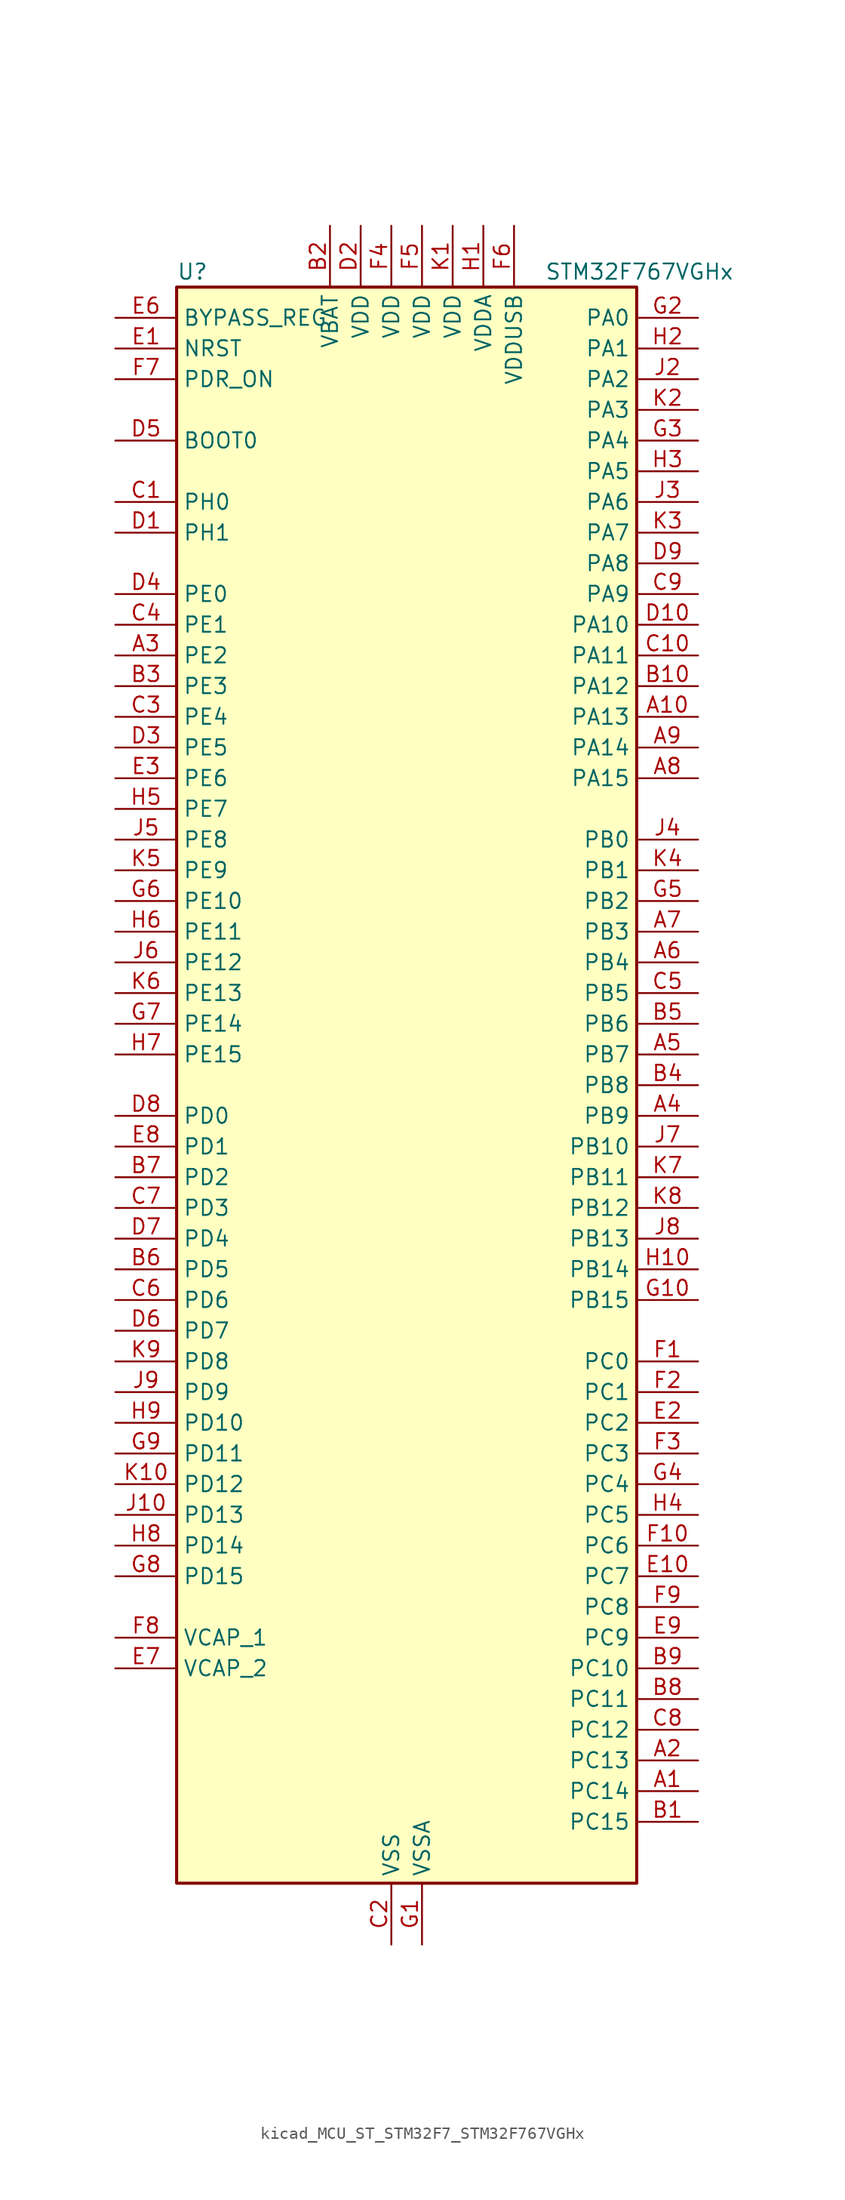
<source format=kicad_sym>
(kicad_symbol_lib
  (version 20220914)
  (generator kicad_symbol_editor)
  (symbol "kicad_MCU_ST_STM32F7_STM32F767VGHx"
    (property "Reference" "U"
      (at -17.78 67.31 0)
      (effects (font (size 1.27 1.27)) (justify left)))
    (property "Value" "STM32F767VGHx"
      (at 12.7 67.31 0)
      (effects (font (size 1.27 1.27)) (justify left)))
    (property "ki_locked" ""
      (at 0 0 0)
      (effects (font (size 1.27 1.27))))
    (symbol "kicad_MCU_ST_STM32F7_STM32F767VGHx_0_1"
      (rectangle (start -17.78 -66.04) (end 20.32 66.04) (stroke (width 0.254) (type default)) (fill (type background))))
    (symbol "kicad_MCU_ST_STM32F7_STM32F767VGHx_1_1"
      (pin bidirectional line (at 25.4 -58.42 180) (length 5.08) (name "PC14" (effects (font (size 1.27 1.27)))) (number "A1" (effects (font (size 1.27 1.27)))) (alternate "RCC_OSC32_IN" bidirectional line))
      (pin bidirectional line (at 25.4 30.48 180) (length 5.08) (name "PA13" (effects (font (size 1.27 1.27)))) (number "A10" (effects (font (size 1.27 1.27)))) (alternate "SYS_JTMS-SWDIO" bidirectional line))
      (pin bidirectional line (at 25.4 -55.88 180) (length 5.08) (name "PC13" (effects (font (size 1.27 1.27)))) (number "A2" (effects (font (size 1.27 1.27)))) (alternate "RTC_OUT" bidirectional line) (alternate "RTC_TAMP1" bidirectional line) (alternate "RTC_TS" bidirectional line) (alternate "SYS_WKUP4" bidirectional line))
      (pin bidirectional line (at -22.86 35.56 0) (length 5.08) (name "PE2" (effects (font (size 1.27 1.27)))) (number "A3" (effects (font (size 1.27 1.27)))) (alternate "ETH_TXD3" bidirectional line) (alternate "FMC_A23" bidirectional line) (alternate "QUADSPI_BK1_IO2" bidirectional line) (alternate "SAI1_MCLK_A" bidirectional line) (alternate "SPI4_SCK" bidirectional line) (alternate "SYS_TRACECLK" bidirectional line))
      (pin bidirectional line (at 25.4 -2.54 180) (length 5.08) (name "PB9" (effects (font (size 1.27 1.27)))) (number "A4" (effects (font (size 1.27 1.27)))) (alternate "CAN1_TX" bidirectional line) (alternate "DAC_EXTI9" bidirectional line) (alternate "DCMI_D7" bidirectional line) (alternate "DFSDM1_DATIN7" bidirectional line) (alternate "I2C1_SDA" bidirectional line) (alternate "I2C4_SDA" bidirectional line) (alternate "I2C4_SMBA" bidirectional line) (alternate "I2S2_WS" bidirectional line) (alternate "LTDC_B7" bidirectional line) (alternate "SDMMC1_D5" bidirectional line) (alternate "SDMMC2_D5" bidirectional line) (alternate "SPI2_NSS" bidirectional line) (alternate "TIM11_CH1" bidirectional line) (alternate "TIM4_CH4" bidirectional line) (alternate "UART5_TX" bidirectional line))
      (pin bidirectional line (at 25.4 2.54 180) (length 5.08) (name "PB7" (effects (font (size 1.27 1.27)))) (number "A5" (effects (font (size 1.27 1.27)))) (alternate "DCMI_VSYNC" bidirectional line) (alternate "DFSDM1_CKIN5" bidirectional line) (alternate "FMC_NL" bidirectional line) (alternate "I2C1_SDA" bidirectional line) (alternate "I2C4_SDA" bidirectional line) (alternate "TIM4_CH2" bidirectional line) (alternate "USART1_RX" bidirectional line))
      (pin bidirectional line (at 25.4 10.16 180) (length 5.08) (name "PB4" (effects (font (size 1.27 1.27)))) (number "A6" (effects (font (size 1.27 1.27)))) (alternate "CAN3_TX" bidirectional line) (alternate "I2S2_WS" bidirectional line) (alternate "SDMMC2_D3" bidirectional line) (alternate "SPI1_MISO" bidirectional line) (alternate "SPI2_NSS" bidirectional line) (alternate "SPI3_MISO" bidirectional line) (alternate "SPI6_MISO" bidirectional line) (alternate "SYS_JTRST" bidirectional line) (alternate "TIM3_CH1" bidirectional line) (alternate "UART7_TX" bidirectional line))
      (pin bidirectional line (at 25.4 12.7 180) (length 5.08) (name "PB3" (effects (font (size 1.27 1.27)))) (number "A7" (effects (font (size 1.27 1.27)))) (alternate "CAN3_RX" bidirectional line) (alternate "I2S1_CK" bidirectional line) (alternate "I2S3_CK" bidirectional line) (alternate "SDMMC2_D2" bidirectional line) (alternate "SPI1_SCK" bidirectional line) (alternate "SPI3_SCK" bidirectional line) (alternate "SPI6_SCK" bidirectional line) (alternate "SYS_JTDO-SWO" bidirectional line) (alternate "TIM2_CH2" bidirectional line) (alternate "UART7_RX" bidirectional line))
      (pin bidirectional line (at 25.4 25.4 180) (length 5.08) (name "PA15" (effects (font (size 1.27 1.27)))) (number "A8" (effects (font (size 1.27 1.27)))) (alternate "CAN3_TX" bidirectional line) (alternate "CEC" bidirectional line) (alternate "I2S1_WS" bidirectional line) (alternate "I2S3_WS" bidirectional line) (alternate "SPI1_NSS" bidirectional line) (alternate "SPI3_NSS" bidirectional line) (alternate "SPI6_NSS" bidirectional line) (alternate "SYS_JTDI" bidirectional line) (alternate "TIM2_CH1" bidirectional line) (alternate "TIM2_ETR" bidirectional line) (alternate "UART4_DE" bidirectional line) (alternate "UART4_RTS" bidirectional line) (alternate "UART7_TX" bidirectional line))
      (pin bidirectional line (at 25.4 27.94 180) (length 5.08) (name "PA14" (effects (font (size 1.27 1.27)))) (number "A9" (effects (font (size 1.27 1.27)))) (alternate "SYS_JTCK-SWCLK" bidirectional line))
      (pin bidirectional line (at 25.4 -60.96 180) (length 5.08) (name "PC15" (effects (font (size 1.27 1.27)))) (number "B1" (effects (font (size 1.27 1.27)))) (alternate "RCC_OSC32_OUT" bidirectional line))
      (pin bidirectional line (at 25.4 33.02 180) (length 5.08) (name "PA12" (effects (font (size 1.27 1.27)))) (number "B10" (effects (font (size 1.27 1.27)))) (alternate "CAN1_TX" bidirectional line) (alternate "I2S2_CK" bidirectional line) (alternate "LTDC_R5" bidirectional line) (alternate "SAI2_FS_B" bidirectional line) (alternate "SPI2_SCK" bidirectional line) (alternate "TIM1_ETR" bidirectional line) (alternate "UART4_TX" bidirectional line) (alternate "USART1_DE" bidirectional line) (alternate "USART1_RTS" bidirectional line) (alternate "USB_OTG_FS_DP" bidirectional line))
      (pin power_in line (at -5.08 71.12 270) (length 5.08) (name "VBAT" (effects (font (size 1.27 1.27)))) (number "B2" (effects (font (size 1.27 1.27)))))
      (pin bidirectional line (at -22.86 33.02 0) (length 5.08) (name "PE3" (effects (font (size 1.27 1.27)))) (number "B3" (effects (font (size 1.27 1.27)))) (alternate "FMC_A19" bidirectional line) (alternate "SAI1_SD_B" bidirectional line) (alternate "SYS_TRACED0" bidirectional line))
      (pin bidirectional line (at 25.4 0 180) (length 5.08) (name "PB8" (effects (font (size 1.27 1.27)))) (number "B4" (effects (font (size 1.27 1.27)))) (alternate "CAN1_RX" bidirectional line) (alternate "DCMI_D6" bidirectional line) (alternate "DFSDM1_CKIN7" bidirectional line) (alternate "ETH_TXD3" bidirectional line) (alternate "I2C1_SCL" bidirectional line) (alternate "I2C4_SCL" bidirectional line) (alternate "LTDC_B6" bidirectional line) (alternate "SDMMC1_D4" bidirectional line) (alternate "SDMMC2_D4" bidirectional line) (alternate "TIM10_CH1" bidirectional line) (alternate "TIM4_CH3" bidirectional line) (alternate "UART5_RX" bidirectional line))
      (pin bidirectional line (at 25.4 5.08 180) (length 5.08) (name "PB6" (effects (font (size 1.27 1.27)))) (number "B5" (effects (font (size 1.27 1.27)))) (alternate "CAN2_TX" bidirectional line) (alternate "CEC" bidirectional line) (alternate "DCMI_D5" bidirectional line) (alternate "DFSDM1_DATIN5" bidirectional line) (alternate "FMC_SDNE1" bidirectional line) (alternate "I2C1_SCL" bidirectional line) (alternate "I2C4_SCL" bidirectional line) (alternate "QUADSPI_BK1_NCS" bidirectional line) (alternate "TIM4_CH1" bidirectional line) (alternate "UART5_TX" bidirectional line) (alternate "USART1_TX" bidirectional line))
      (pin bidirectional line (at -22.86 -15.24 0) (length 5.08) (name "PD5" (effects (font (size 1.27 1.27)))) (number "B6" (effects (font (size 1.27 1.27)))) (alternate "FMC_NWE" bidirectional line) (alternate "USART2_TX" bidirectional line))
      (pin bidirectional line (at -22.86 -7.62 0) (length 5.08) (name "PD2" (effects (font (size 1.27 1.27)))) (number "B7" (effects (font (size 1.27 1.27)))) (alternate "DCMI_D11" bidirectional line) (alternate "SDMMC1_CMD" bidirectional line) (alternate "SYS_TRACED2" bidirectional line) (alternate "TIM3_ETR" bidirectional line) (alternate "UART5_RX" bidirectional line))
      (pin bidirectional line (at 25.4 -50.8 180) (length 5.08) (name "PC11" (effects (font (size 1.27 1.27)))) (number "B8" (effects (font (size 1.27 1.27)))) (alternate "ADC1_EXTI11" bidirectional line) (alternate "ADC2_EXTI11" bidirectional line) (alternate "ADC3_EXTI11" bidirectional line) (alternate "DCMI_D4" bidirectional line) (alternate "DFSDM1_DATIN5" bidirectional line) (alternate "QUADSPI_BK2_NCS" bidirectional line) (alternate "SDMMC1_D3" bidirectional line) (alternate "SPI3_MISO" bidirectional line) (alternate "UART4_RX" bidirectional line) (alternate "USART3_RX" bidirectional line))
      (pin bidirectional line (at 25.4 -48.26 180) (length 5.08) (name "PC10" (effects (font (size 1.27 1.27)))) (number "B9" (effects (font (size 1.27 1.27)))) (alternate "DCMI_D8" bidirectional line) (alternate "DFSDM1_CKIN5" bidirectional line) (alternate "I2S3_CK" bidirectional line) (alternate "LTDC_R2" bidirectional line) (alternate "QUADSPI_BK1_IO1" bidirectional line) (alternate "SDMMC1_D2" bidirectional line) (alternate "SPI3_SCK" bidirectional line) (alternate "UART4_TX" bidirectional line) (alternate "USART3_TX" bidirectional line))
      (pin bidirectional line (at -22.86 48.26 0) (length 5.08) (name "PH0" (effects (font (size 1.27 1.27)))) (number "C1" (effects (font (size 1.27 1.27)))) (alternate "RCC_OSC_IN" bidirectional line))
      (pin bidirectional line (at 25.4 35.56 180) (length 5.08) (name "PA11" (effects (font (size 1.27 1.27)))) (number "C10" (effects (font (size 1.27 1.27)))) (alternate "ADC1_EXTI11" bidirectional line) (alternate "ADC2_EXTI11" bidirectional line) (alternate "ADC3_EXTI11" bidirectional line) (alternate "CAN1_RX" bidirectional line) (alternate "I2S2_WS" bidirectional line) (alternate "LTDC_R4" bidirectional line) (alternate "SPI2_NSS" bidirectional line) (alternate "TIM1_CH4" bidirectional line) (alternate "UART4_RX" bidirectional line) (alternate "USART1_CTS" bidirectional line) (alternate "USB_OTG_FS_DM" bidirectional line))
      (pin power_in line (at 0 -71.12 90) (length 5.08) (name "VSS" (effects (font (size 1.27 1.27)))) (number "C2" (effects (font (size 1.27 1.27)))))
      (pin bidirectional line (at -22.86 30.48 0) (length 5.08) (name "PE4" (effects (font (size 1.27 1.27)))) (number "C3" (effects (font (size 1.27 1.27)))) (alternate "DCMI_D4" bidirectional line) (alternate "DFSDM1_DATIN3" bidirectional line) (alternate "FMC_A20" bidirectional line) (alternate "LTDC_B0" bidirectional line) (alternate "SAI1_FS_A" bidirectional line) (alternate "SPI4_NSS" bidirectional line) (alternate "SYS_TRACED1" bidirectional line))
      (pin bidirectional line (at -22.86 38.1 0) (length 5.08) (name "PE1" (effects (font (size 1.27 1.27)))) (number "C4" (effects (font (size 1.27 1.27)))) (alternate "DCMI_D3" bidirectional line) (alternate "FMC_NBL1" bidirectional line) (alternate "LPTIM1_IN2" bidirectional line) (alternate "UART8_TX" bidirectional line))
      (pin bidirectional line (at 25.4 7.62 180) (length 5.08) (name "PB5" (effects (font (size 1.27 1.27)))) (number "C5" (effects (font (size 1.27 1.27)))) (alternate "CAN2_RX" bidirectional line) (alternate "DCMI_D10" bidirectional line) (alternate "ETH_PPS_OUT" bidirectional line) (alternate "FMC_SDCKE1" bidirectional line) (alternate "I2C1_SMBA" bidirectional line) (alternate "I2S1_SD" bidirectional line) (alternate "I2S3_SD" bidirectional line) (alternate "LTDC_G7" bidirectional line) (alternate "SPI1_MOSI" bidirectional line) (alternate "SPI3_MOSI" bidirectional line) (alternate "SPI6_MOSI" bidirectional line) (alternate "TIM3_CH2" bidirectional line) (alternate "UART5_RX" bidirectional line) (alternate "USB_OTG_HS_ULPI_D7" bidirectional line))
      (pin bidirectional line (at -22.86 -17.78 0) (length 5.08) (name "PD6" (effects (font (size 1.27 1.27)))) (number "C6" (effects (font (size 1.27 1.27)))) (alternate "DCMI_D10" bidirectional line) (alternate "DFSDM1_CKIN4" bidirectional line) (alternate "DFSDM1_DATIN1" bidirectional line) (alternate "FMC_NWAIT" bidirectional line) (alternate "I2S3_SD" bidirectional line) (alternate "LTDC_B2" bidirectional line) (alternate "SAI1_SD_A" bidirectional line) (alternate "SDMMC2_CK" bidirectional line) (alternate "SPI3_MOSI" bidirectional line) (alternate "USART2_RX" bidirectional line))
      (pin bidirectional line (at -22.86 -10.16 0) (length 5.08) (name "PD3" (effects (font (size 1.27 1.27)))) (number "C7" (effects (font (size 1.27 1.27)))) (alternate "DCMI_D5" bidirectional line) (alternate "DFSDM1_CKOUT" bidirectional line) (alternate "DFSDM1_DATIN0" bidirectional line) (alternate "FMC_CLK" bidirectional line) (alternate "I2S2_CK" bidirectional line) (alternate "LTDC_G7" bidirectional line) (alternate "SPI2_SCK" bidirectional line) (alternate "USART2_CTS" bidirectional line))
      (pin bidirectional line (at 25.4 -53.34 180) (length 5.08) (name "PC12" (effects (font (size 1.27 1.27)))) (number "C8" (effects (font (size 1.27 1.27)))) (alternate "DCMI_D9" bidirectional line) (alternate "I2S3_SD" bidirectional line) (alternate "SDMMC1_CK" bidirectional line) (alternate "SPI3_MOSI" bidirectional line) (alternate "SYS_TRACED3" bidirectional line) (alternate "UART5_TX" bidirectional line) (alternate "USART3_CK" bidirectional line))
      (pin bidirectional line (at 25.4 40.64 180) (length 5.08) (name "PA9" (effects (font (size 1.27 1.27)))) (number "C9" (effects (font (size 1.27 1.27)))) (alternate "DAC_EXTI9" bidirectional line) (alternate "DCMI_D0" bidirectional line) (alternate "I2C3_SMBA" bidirectional line) (alternate "I2S2_CK" bidirectional line) (alternate "LTDC_R5" bidirectional line) (alternate "SPI2_SCK" bidirectional line) (alternate "TIM1_CH2" bidirectional line) (alternate "USART1_TX" bidirectional line) (alternate "USB_OTG_FS_VBUS" bidirectional line))
      (pin bidirectional line (at -22.86 45.72 0) (length 5.08) (name "PH1" (effects (font (size 1.27 1.27)))) (number "D1" (effects (font (size 1.27 1.27)))) (alternate "RCC_OSC_OUT" bidirectional line))
      (pin bidirectional line (at 25.4 38.1 180) (length 5.08) (name "PA10" (effects (font (size 1.27 1.27)))) (number "D10" (effects (font (size 1.27 1.27)))) (alternate "DCMI_D1" bidirectional line) (alternate "LTDC_B1" bidirectional line) (alternate "LTDC_B4" bidirectional line) (alternate "MDIOS_MDIO" bidirectional line) (alternate "TIM1_CH3" bidirectional line) (alternate "USART1_RX" bidirectional line) (alternate "USB_OTG_FS_ID" bidirectional line))
      (pin power_in line (at -2.54 71.12 270) (length 5.08) (name "VDD" (effects (font (size 1.27 1.27)))) (number "D2" (effects (font (size 1.27 1.27)))))
      (pin bidirectional line (at -22.86 27.94 0) (length 5.08) (name "PE5" (effects (font (size 1.27 1.27)))) (number "D3" (effects (font (size 1.27 1.27)))) (alternate "DCMI_D6" bidirectional line) (alternate "DFSDM1_CKIN3" bidirectional line) (alternate "FMC_A21" bidirectional line) (alternate "LTDC_G0" bidirectional line) (alternate "SAI1_SCK_A" bidirectional line) (alternate "SPI4_MISO" bidirectional line) (alternate "SYS_TRACED2" bidirectional line) (alternate "TIM9_CH1" bidirectional line))
      (pin bidirectional line (at -22.86 40.64 0) (length 5.08) (name "PE0" (effects (font (size 1.27 1.27)))) (number "D4" (effects (font (size 1.27 1.27)))) (alternate "DCMI_D2" bidirectional line) (alternate "FMC_NBL0" bidirectional line) (alternate "LPTIM1_ETR" bidirectional line) (alternate "SAI2_MCLK_A" bidirectional line) (alternate "TIM4_ETR" bidirectional line) (alternate "UART8_RX" bidirectional line))
      (pin input line (at -22.86 53.34 0) (length 5.08) (name "BOOT0" (effects (font (size 1.27 1.27)))) (number "D5" (effects (font (size 1.27 1.27)))))
      (pin bidirectional line (at -22.86 -20.32 0) (length 5.08) (name "PD7" (effects (font (size 1.27 1.27)))) (number "D6" (effects (font (size 1.27 1.27)))) (alternate "DFSDM1_CKIN1" bidirectional line) (alternate "DFSDM1_DATIN4" bidirectional line) (alternate "FMC_NE1" bidirectional line) (alternate "I2S1_SD" bidirectional line) (alternate "SDMMC2_CMD" bidirectional line) (alternate "SPDIFRX_IN0" bidirectional line) (alternate "SPI1_MOSI" bidirectional line) (alternate "USART2_CK" bidirectional line))
      (pin bidirectional line (at -22.86 -12.7 0) (length 5.08) (name "PD4" (effects (font (size 1.27 1.27)))) (number "D7" (effects (font (size 1.27 1.27)))) (alternate "DFSDM1_CKIN0" bidirectional line) (alternate "FMC_NOE" bidirectional line) (alternate "USART2_DE" bidirectional line) (alternate "USART2_RTS" bidirectional line))
      (pin bidirectional line (at -22.86 -2.54 0) (length 5.08) (name "PD0" (effects (font (size 1.27 1.27)))) (number "D8" (effects (font (size 1.27 1.27)))) (alternate "CAN1_RX" bidirectional line) (alternate "DFSDM1_CKIN6" bidirectional line) (alternate "DFSDM1_DATIN7" bidirectional line) (alternate "FMC_D2" bidirectional line) (alternate "FMC_DA2" bidirectional line) (alternate "UART4_RX" bidirectional line))
      (pin bidirectional line (at 25.4 43.18 180) (length 5.08) (name "PA8" (effects (font (size 1.27 1.27)))) (number "D9" (effects (font (size 1.27 1.27)))) (alternate "CAN3_RX" bidirectional line) (alternate "I2C3_SCL" bidirectional line) (alternate "LTDC_B3" bidirectional line) (alternate "LTDC_R6" bidirectional line) (alternate "RCC_MCO_1" bidirectional line) (alternate "TIM1_CH1" bidirectional line) (alternate "TIM8_BKIN2" bidirectional line) (alternate "UART7_RX" bidirectional line) (alternate "USART1_CK" bidirectional line) (alternate "USB_OTG_FS_SOF" bidirectional line))
      (pin input line (at -22.86 60.96 0) (length 5.08) (name "NRST" (effects (font (size 1.27 1.27)))) (number "E1" (effects (font (size 1.27 1.27)))))
      (pin bidirectional line (at 25.4 -40.64 180) (length 5.08) (name "PC7" (effects (font (size 1.27 1.27)))) (number "E10" (effects (font (size 1.27 1.27)))) (alternate "DCMI_D1" bidirectional line) (alternate "DFSDM1_DATIN3" bidirectional line) (alternate "FMC_NE1" bidirectional line) (alternate "I2S3_MCK" bidirectional line) (alternate "LTDC_G6" bidirectional line) (alternate "SDMMC1_D7" bidirectional line) (alternate "SDMMC2_D7" bidirectional line) (alternate "TIM3_CH2" bidirectional line) (alternate "TIM8_CH2" bidirectional line) (alternate "USART6_RX" bidirectional line))
      (pin bidirectional line (at 25.4 -27.94 180) (length 5.08) (name "PC2" (effects (font (size 1.27 1.27)))) (number "E2" (effects (font (size 1.27 1.27)))) (alternate "ADC1_IN12" bidirectional line) (alternate "ADC2_IN12" bidirectional line) (alternate "ADC3_IN12" bidirectional line) (alternate "DFSDM1_CKIN1" bidirectional line) (alternate "DFSDM1_CKOUT" bidirectional line) (alternate "ETH_TXD2" bidirectional line) (alternate "FMC_SDNE0" bidirectional line) (alternate "SPI2_MISO" bidirectional line) (alternate "USB_OTG_HS_ULPI_DIR" bidirectional line))
      (pin bidirectional line (at -22.86 25.4 0) (length 5.08) (name "PE6" (effects (font (size 1.27 1.27)))) (number "E3" (effects (font (size 1.27 1.27)))) (alternate "DCMI_D7" bidirectional line) (alternate "FMC_A22" bidirectional line) (alternate "LTDC_G1" bidirectional line) (alternate "SAI1_SD_A" bidirectional line) (alternate "SAI2_MCLK_B" bidirectional line) (alternate "SPI4_MOSI" bidirectional line) (alternate "SYS_TRACED3" bidirectional line) (alternate "TIM1_BKIN2" bidirectional line) (alternate "TIM9_CH2" bidirectional line))
      (pin passive line (at 0 -71.12 90) (length 5.08) hide (name "VSS" (effects (font (size 1.27 1.27)))) (number "E4" (effects (font (size 1.27 1.27)))))
      (pin passive line (at 0 -71.12 90) (length 5.08) hide (name "VSS" (effects (font (size 1.27 1.27)))) (number "E5" (effects (font (size 1.27 1.27)))))
      (pin input line (at -22.86 63.5 0) (length 5.08) (name "BYPASS_REG" (effects (font (size 1.27 1.27)))) (number "E6" (effects (font (size 1.27 1.27)))))
      (pin power_out line (at -22.86 -48.26 0) (length 5.08) (name "VCAP_2" (effects (font (size 1.27 1.27)))) (number "E7" (effects (font (size 1.27 1.27)))))
      (pin bidirectional line (at -22.86 -5.08 0) (length 5.08) (name "PD1" (effects (font (size 1.27 1.27)))) (number "E8" (effects (font (size 1.27 1.27)))) (alternate "CAN1_TX" bidirectional line) (alternate "DFSDM1_CKIN7" bidirectional line) (alternate "DFSDM1_DATIN6" bidirectional line) (alternate "FMC_D3" bidirectional line) (alternate "FMC_DA3" bidirectional line) (alternate "UART4_TX" bidirectional line))
      (pin bidirectional line (at 25.4 -45.72 180) (length 5.08) (name "PC9" (effects (font (size 1.27 1.27)))) (number "E9" (effects (font (size 1.27 1.27)))) (alternate "DAC_EXTI9" bidirectional line) (alternate "DCMI_D3" bidirectional line) (alternate "I2C3_SDA" bidirectional line) (alternate "I2S_CKIN" bidirectional line) (alternate "LTDC_B2" bidirectional line) (alternate "LTDC_G3" bidirectional line) (alternate "QUADSPI_BK1_IO0" bidirectional line) (alternate "RCC_MCO_2" bidirectional line) (alternate "SDMMC1_D1" bidirectional line) (alternate "TIM3_CH4" bidirectional line) (alternate "TIM8_CH4" bidirectional line) (alternate "UART5_CTS" bidirectional line))
      (pin bidirectional line (at 25.4 -22.86 180) (length 5.08) (name "PC0" (effects (font (size 1.27 1.27)))) (number "F1" (effects (font (size 1.27 1.27)))) (alternate "ADC1_IN10" bidirectional line) (alternate "ADC2_IN10" bidirectional line) (alternate "ADC3_IN10" bidirectional line) (alternate "DFSDM1_CKIN0" bidirectional line) (alternate "DFSDM1_DATIN4" bidirectional line) (alternate "FMC_SDNWE" bidirectional line) (alternate "LTDC_R5" bidirectional line) (alternate "SAI2_FS_B" bidirectional line) (alternate "USB_OTG_HS_ULPI_STP" bidirectional line))
      (pin bidirectional line (at 25.4 -38.1 180) (length 5.08) (name "PC6" (effects (font (size 1.27 1.27)))) (number "F10" (effects (font (size 1.27 1.27)))) (alternate "DCMI_D0" bidirectional line) (alternate "DFSDM1_CKIN3" bidirectional line) (alternate "FMC_NWAIT" bidirectional line) (alternate "I2S2_MCK" bidirectional line) (alternate "LTDC_HSYNC" bidirectional line) (alternate "SDMMC1_D6" bidirectional line) (alternate "SDMMC2_D6" bidirectional line) (alternate "TIM3_CH1" bidirectional line) (alternate "TIM8_CH1" bidirectional line) (alternate "USART6_TX" bidirectional line))
      (pin bidirectional line (at 25.4 -25.4 180) (length 5.08) (name "PC1" (effects (font (size 1.27 1.27)))) (number "F2" (effects (font (size 1.27 1.27)))) (alternate "ADC1_IN11" bidirectional line) (alternate "ADC2_IN11" bidirectional line) (alternate "ADC3_IN11" bidirectional line) (alternate "DFSDM1_CKIN4" bidirectional line) (alternate "DFSDM1_DATIN0" bidirectional line) (alternate "ETH_MDC" bidirectional line) (alternate "I2S2_SD" bidirectional line) (alternate "MDIOS_MDC" bidirectional line) (alternate "RTC_TAMP3" bidirectional line) (alternate "RTC_TS" bidirectional line) (alternate "SAI1_SD_A" bidirectional line) (alternate "SPI2_MOSI" bidirectional line) (alternate "SYS_TRACED0" bidirectional line) (alternate "SYS_WKUP3" bidirectional line))
      (pin bidirectional line (at 25.4 -30.48 180) (length 5.08) (name "PC3" (effects (font (size 1.27 1.27)))) (number "F3" (effects (font (size 1.27 1.27)))) (alternate "ADC1_IN13" bidirectional line) (alternate "ADC2_IN13" bidirectional line) (alternate "ADC3_IN13" bidirectional line) (alternate "DFSDM1_DATIN1" bidirectional line) (alternate "ETH_TX_CLK" bidirectional line) (alternate "FMC_SDCKE0" bidirectional line) (alternate "I2S2_SD" bidirectional line) (alternate "SPI2_MOSI" bidirectional line) (alternate "USB_OTG_HS_ULPI_NXT" bidirectional line))
      (pin power_in line (at 0 71.12 270) (length 5.08) (name "VDD" (effects (font (size 1.27 1.27)))) (number "F4" (effects (font (size 1.27 1.27)))))
      (pin power_in line (at 2.54 71.12 270) (length 5.08) (name "VDD" (effects (font (size 1.27 1.27)))) (number "F5" (effects (font (size 1.27 1.27)))))
      (pin power_in line (at 10.16 71.12 270) (length 5.08) (name "VDDUSB" (effects (font (size 1.27 1.27)))) (number "F6" (effects (font (size 1.27 1.27)))))
      (pin input line (at -22.86 58.42 0) (length 5.08) (name "PDR_ON" (effects (font (size 1.27 1.27)))) (number "F7" (effects (font (size 1.27 1.27)))))
      (pin power_out line (at -22.86 -45.72 0) (length 5.08) (name "VCAP_1" (effects (font (size 1.27 1.27)))) (number "F8" (effects (font (size 1.27 1.27)))))
      (pin bidirectional line (at 25.4 -43.18 180) (length 5.08) (name "PC8" (effects (font (size 1.27 1.27)))) (number "F9" (effects (font (size 1.27 1.27)))) (alternate "DCMI_D2" bidirectional line) (alternate "FMC_NCE" bidirectional line) (alternate "FMC_NE2" bidirectional line) (alternate "SDMMC1_D0" bidirectional line) (alternate "SYS_TRACED1" bidirectional line) (alternate "TIM3_CH3" bidirectional line) (alternate "TIM8_CH3" bidirectional line) (alternate "UART5_DE" bidirectional line) (alternate "UART5_RTS" bidirectional line) (alternate "USART6_CK" bidirectional line))
      (pin power_in line (at 2.54 -71.12 90) (length 5.08) (name "VSSA" (effects (font (size 1.27 1.27)))) (number "G1" (effects (font (size 1.27 1.27)))))
      (pin bidirectional line (at 25.4 -17.78 180) (length 5.08) (name "PB15" (effects (font (size 1.27 1.27)))) (number "G10" (effects (font (size 1.27 1.27)))) (alternate "DFSDM1_CKIN2" bidirectional line) (alternate "I2S2_SD" bidirectional line) (alternate "RTC_REFIN" bidirectional line) (alternate "SDMMC2_D1" bidirectional line) (alternate "SPI2_MOSI" bidirectional line) (alternate "TIM12_CH2" bidirectional line) (alternate "TIM1_CH3N" bidirectional line) (alternate "TIM8_CH3N" bidirectional line) (alternate "UART4_CTS" bidirectional line) (alternate "USART1_RX" bidirectional line) (alternate "USB_OTG_HS_DP" bidirectional line))
      (pin bidirectional line (at 25.4 63.5 180) (length 5.08) (name "PA0" (effects (font (size 1.27 1.27)))) (number "G2" (effects (font (size 1.27 1.27)))) (alternate "ADC1_IN0" bidirectional line) (alternate "ADC2_IN0" bidirectional line) (alternate "ADC3_IN0" bidirectional line) (alternate "ETH_CRS" bidirectional line) (alternate "SAI2_SD_B" bidirectional line) (alternate "SYS_WKUP1" bidirectional line) (alternate "TIM2_CH1" bidirectional line) (alternate "TIM2_ETR" bidirectional line) (alternate "TIM5_CH1" bidirectional line) (alternate "TIM8_ETR" bidirectional line) (alternate "UART4_TX" bidirectional line) (alternate "USART2_CTS" bidirectional line))
      (pin bidirectional line (at 25.4 53.34 180) (length 5.08) (name "PA4" (effects (font (size 1.27 1.27)))) (number "G3" (effects (font (size 1.27 1.27)))) (alternate "ADC1_IN4" bidirectional line) (alternate "ADC2_IN4" bidirectional line) (alternate "DAC_OUT1" bidirectional line) (alternate "DCMI_HSYNC" bidirectional line) (alternate "I2S1_WS" bidirectional line) (alternate "I2S3_WS" bidirectional line) (alternate "LTDC_VSYNC" bidirectional line) (alternate "SPI1_NSS" bidirectional line) (alternate "SPI3_NSS" bidirectional line) (alternate "SPI6_NSS" bidirectional line) (alternate "USART2_CK" bidirectional line) (alternate "USB_OTG_HS_SOF" bidirectional line))
      (pin bidirectional line (at 25.4 -33.02 180) (length 5.08) (name "PC4" (effects (font (size 1.27 1.27)))) (number "G4" (effects (font (size 1.27 1.27)))) (alternate "ADC1_IN14" bidirectional line) (alternate "ADC2_IN14" bidirectional line) (alternate "DFSDM1_CKIN2" bidirectional line) (alternate "ETH_RXD0" bidirectional line) (alternate "FMC_SDNE0" bidirectional line) (alternate "I2S1_MCK" bidirectional line) (alternate "SPDIFRX_IN2" bidirectional line))
      (pin bidirectional line (at 25.4 15.24 180) (length 5.08) (name "PB2" (effects (font (size 1.27 1.27)))) (number "G5" (effects (font (size 1.27 1.27)))) (alternate "DFSDM1_CKIN1" bidirectional line) (alternate "I2S3_SD" bidirectional line) (alternate "QUADSPI_CLK" bidirectional line) (alternate "SAI1_SD_A" bidirectional line) (alternate "SPI3_MOSI" bidirectional line))
      (pin bidirectional line (at -22.86 15.24 0) (length 5.08) (name "PE10" (effects (font (size 1.27 1.27)))) (number "G6" (effects (font (size 1.27 1.27)))) (alternate "DFSDM1_DATIN4" bidirectional line) (alternate "FMC_D7" bidirectional line) (alternate "FMC_DA7" bidirectional line) (alternate "QUADSPI_BK2_IO3" bidirectional line) (alternate "TIM1_CH2N" bidirectional line) (alternate "UART7_CTS" bidirectional line))
      (pin bidirectional line (at -22.86 5.08 0) (length 5.08) (name "PE14" (effects (font (size 1.27 1.27)))) (number "G7" (effects (font (size 1.27 1.27)))) (alternate "FMC_D11" bidirectional line) (alternate "FMC_DA11" bidirectional line) (alternate "LTDC_CLK" bidirectional line) (alternate "SAI2_MCLK_B" bidirectional line) (alternate "SPI4_MOSI" bidirectional line) (alternate "TIM1_CH4" bidirectional line))
      (pin bidirectional line (at -22.86 -40.64 0) (length 5.08) (name "PD15" (effects (font (size 1.27 1.27)))) (number "G8" (effects (font (size 1.27 1.27)))) (alternate "FMC_D1" bidirectional line) (alternate "FMC_DA1" bidirectional line) (alternate "TIM4_CH4" bidirectional line) (alternate "UART8_DE" bidirectional line) (alternate "UART8_RTS" bidirectional line))
      (pin bidirectional line (at -22.86 -30.48 0) (length 5.08) (name "PD11" (effects (font (size 1.27 1.27)))) (number "G9" (effects (font (size 1.27 1.27)))) (alternate "ADC1_EXTI11" bidirectional line) (alternate "ADC2_EXTI11" bidirectional line) (alternate "ADC3_EXTI11" bidirectional line) (alternate "FMC_A16" bidirectional line) (alternate "FMC_CLE" bidirectional line) (alternate "I2C4_SMBA" bidirectional line) (alternate "QUADSPI_BK1_IO0" bidirectional line) (alternate "SAI2_SD_A" bidirectional line) (alternate "USART3_CTS" bidirectional line))
      (pin power_in line (at 7.62 71.12 270) (length 5.08) (name "VDDA" (effects (font (size 1.27 1.27)))) (number "H1" (effects (font (size 1.27 1.27)))))
      (pin bidirectional line (at 25.4 -15.24 180) (length 5.08) (name "PB14" (effects (font (size 1.27 1.27)))) (number "H10" (effects (font (size 1.27 1.27)))) (alternate "DFSDM1_DATIN2" bidirectional line) (alternate "SDMMC2_D0" bidirectional line) (alternate "SPI2_MISO" bidirectional line) (alternate "TIM12_CH1" bidirectional line) (alternate "TIM1_CH2N" bidirectional line) (alternate "TIM8_CH2N" bidirectional line) (alternate "UART4_DE" bidirectional line) (alternate "UART4_RTS" bidirectional line) (alternate "USART1_TX" bidirectional line) (alternate "USART3_DE" bidirectional line) (alternate "USART3_RTS" bidirectional line) (alternate "USB_OTG_HS_DM" bidirectional line))
      (pin bidirectional line (at 25.4 60.96 180) (length 5.08) (name "PA1" (effects (font (size 1.27 1.27)))) (number "H2" (effects (font (size 1.27 1.27)))) (alternate "ADC1_IN1" bidirectional line) (alternate "ADC2_IN1" bidirectional line) (alternate "ADC3_IN1" bidirectional line) (alternate "ETH_REF_CLK" bidirectional line) (alternate "ETH_RX_CLK" bidirectional line) (alternate "LTDC_R2" bidirectional line) (alternate "QUADSPI_BK1_IO3" bidirectional line) (alternate "SAI2_MCLK_B" bidirectional line) (alternate "TIM2_CH2" bidirectional line) (alternate "TIM5_CH2" bidirectional line) (alternate "UART4_RX" bidirectional line) (alternate "USART2_DE" bidirectional line) (alternate "USART2_RTS" bidirectional line))
      (pin bidirectional line (at 25.4 50.8 180) (length 5.08) (name "PA5" (effects (font (size 1.27 1.27)))) (number "H3" (effects (font (size 1.27 1.27)))) (alternate "ADC1_IN5" bidirectional line) (alternate "ADC2_IN5" bidirectional line) (alternate "DAC_OUT2" bidirectional line) (alternate "I2S1_CK" bidirectional line) (alternate "LTDC_R4" bidirectional line) (alternate "SPI1_SCK" bidirectional line) (alternate "SPI6_SCK" bidirectional line) (alternate "TIM2_CH1" bidirectional line) (alternate "TIM2_ETR" bidirectional line) (alternate "TIM8_CH1N" bidirectional line) (alternate "USB_OTG_HS_ULPI_CK" bidirectional line))
      (pin bidirectional line (at 25.4 -35.56 180) (length 5.08) (name "PC5" (effects (font (size 1.27 1.27)))) (number "H4" (effects (font (size 1.27 1.27)))) (alternate "ADC1_IN15" bidirectional line) (alternate "ADC2_IN15" bidirectional line) (alternate "DFSDM1_DATIN2" bidirectional line) (alternate "ETH_RXD1" bidirectional line) (alternate "FMC_SDCKE0" bidirectional line) (alternate "SPDIFRX_IN3" bidirectional line))
      (pin bidirectional line (at -22.86 22.86 0) (length 5.08) (name "PE7" (effects (font (size 1.27 1.27)))) (number "H5" (effects (font (size 1.27 1.27)))) (alternate "DFSDM1_DATIN2" bidirectional line) (alternate "FMC_D4" bidirectional line) (alternate "FMC_DA4" bidirectional line) (alternate "QUADSPI_BK2_IO0" bidirectional line) (alternate "TIM1_ETR" bidirectional line) (alternate "UART7_RX" bidirectional line))
      (pin bidirectional line (at -22.86 12.7 0) (length 5.08) (name "PE11" (effects (font (size 1.27 1.27)))) (number "H6" (effects (font (size 1.27 1.27)))) (alternate "ADC1_EXTI11" bidirectional line) (alternate "ADC2_EXTI11" bidirectional line) (alternate "ADC3_EXTI11" bidirectional line) (alternate "DFSDM1_CKIN4" bidirectional line) (alternate "FMC_D8" bidirectional line) (alternate "FMC_DA8" bidirectional line) (alternate "LTDC_G3" bidirectional line) (alternate "SAI2_SD_B" bidirectional line) (alternate "SPI4_NSS" bidirectional line) (alternate "TIM1_CH2" bidirectional line))
      (pin bidirectional line (at -22.86 2.54 0) (length 5.08) (name "PE15" (effects (font (size 1.27 1.27)))) (number "H7" (effects (font (size 1.27 1.27)))) (alternate "FMC_D12" bidirectional line) (alternate "FMC_DA12" bidirectional line) (alternate "LTDC_R7" bidirectional line) (alternate "TIM1_BKIN" bidirectional line))
      (pin bidirectional line (at -22.86 -38.1 0) (length 5.08) (name "PD14" (effects (font (size 1.27 1.27)))) (number "H8" (effects (font (size 1.27 1.27)))) (alternate "FMC_D0" bidirectional line) (alternate "FMC_DA0" bidirectional line) (alternate "TIM4_CH3" bidirectional line) (alternate "UART8_CTS" bidirectional line))
      (pin bidirectional line (at -22.86 -27.94 0) (length 5.08) (name "PD10" (effects (font (size 1.27 1.27)))) (number "H9" (effects (font (size 1.27 1.27)))) (alternate "DFSDM1_CKOUT" bidirectional line) (alternate "FMC_D15" bidirectional line) (alternate "FMC_DA15" bidirectional line) (alternate "LTDC_B3" bidirectional line) (alternate "USART3_CK" bidirectional line))
      (pin passive line (at 0 -71.12 90) (length 5.08) hide (name "VSS" (effects (font (size 1.27 1.27)))) (number "J1" (effects (font (size 1.27 1.27)))))
      (pin bidirectional line (at -22.86 -35.56 0) (length 5.08) (name "PD13" (effects (font (size 1.27 1.27)))) (number "J10" (effects (font (size 1.27 1.27)))) (alternate "FMC_A18" bidirectional line) (alternate "I2C4_SDA" bidirectional line) (alternate "LPTIM1_OUT" bidirectional line) (alternate "QUADSPI_BK1_IO3" bidirectional line) (alternate "SAI2_SCK_A" bidirectional line) (alternate "TIM4_CH2" bidirectional line))
      (pin bidirectional line (at 25.4 58.42 180) (length 5.08) (name "PA2" (effects (font (size 1.27 1.27)))) (number "J2" (effects (font (size 1.27 1.27)))) (alternate "ADC1_IN2" bidirectional line) (alternate "ADC2_IN2" bidirectional line) (alternate "ADC3_IN2" bidirectional line) (alternate "ETH_MDIO" bidirectional line) (alternate "LTDC_R1" bidirectional line) (alternate "MDIOS_MDIO" bidirectional line) (alternate "SAI2_SCK_B" bidirectional line) (alternate "SYS_WKUP2" bidirectional line) (alternate "TIM2_CH3" bidirectional line) (alternate "TIM5_CH3" bidirectional line) (alternate "TIM9_CH1" bidirectional line) (alternate "USART2_TX" bidirectional line))
      (pin bidirectional line (at 25.4 48.26 180) (length 5.08) (name "PA6" (effects (font (size 1.27 1.27)))) (number "J3" (effects (font (size 1.27 1.27)))) (alternate "ADC1_IN6" bidirectional line) (alternate "ADC2_IN6" bidirectional line) (alternate "DCMI_PIXCLK" bidirectional line) (alternate "LTDC_G2" bidirectional line) (alternate "MDIOS_MDC" bidirectional line) (alternate "SPI1_MISO" bidirectional line) (alternate "SPI6_MISO" bidirectional line) (alternate "TIM13_CH1" bidirectional line) (alternate "TIM1_BKIN" bidirectional line) (alternate "TIM3_CH1" bidirectional line) (alternate "TIM8_BKIN" bidirectional line))
      (pin bidirectional line (at 25.4 20.32 180) (length 5.08) (name "PB0" (effects (font (size 1.27 1.27)))) (number "J4" (effects (font (size 1.27 1.27)))) (alternate "ADC1_IN8" bidirectional line) (alternate "ADC2_IN8" bidirectional line) (alternate "DFSDM1_CKOUT" bidirectional line) (alternate "ETH_RXD2" bidirectional line) (alternate "LTDC_G1" bidirectional line) (alternate "LTDC_R3" bidirectional line) (alternate "TIM1_CH2N" bidirectional line) (alternate "TIM3_CH3" bidirectional line) (alternate "TIM8_CH2N" bidirectional line) (alternate "UART4_CTS" bidirectional line) (alternate "USB_OTG_HS_ULPI_D1" bidirectional line))
      (pin bidirectional line (at -22.86 20.32 0) (length 5.08) (name "PE8" (effects (font (size 1.27 1.27)))) (number "J5" (effects (font (size 1.27 1.27)))) (alternate "DFSDM1_CKIN2" bidirectional line) (alternate "FMC_D5" bidirectional line) (alternate "FMC_DA5" bidirectional line) (alternate "QUADSPI_BK2_IO1" bidirectional line) (alternate "TIM1_CH1N" bidirectional line) (alternate "UART7_TX" bidirectional line))
      (pin bidirectional line (at -22.86 10.16 0) (length 5.08) (name "PE12" (effects (font (size 1.27 1.27)))) (number "J6" (effects (font (size 1.27 1.27)))) (alternate "DFSDM1_DATIN5" bidirectional line) (alternate "FMC_D9" bidirectional line) (alternate "FMC_DA9" bidirectional line) (alternate "LTDC_B4" bidirectional line) (alternate "SAI2_SCK_B" bidirectional line) (alternate "SPI4_SCK" bidirectional line) (alternate "TIM1_CH3N" bidirectional line))
      (pin bidirectional line (at 25.4 -5.08 180) (length 5.08) (name "PB10" (effects (font (size 1.27 1.27)))) (number "J7" (effects (font (size 1.27 1.27)))) (alternate "DFSDM1_DATIN7" bidirectional line) (alternate "ETH_RX_ER" bidirectional line) (alternate "I2C2_SCL" bidirectional line) (alternate "I2S2_CK" bidirectional line) (alternate "LTDC_G4" bidirectional line) (alternate "QUADSPI_BK1_NCS" bidirectional line) (alternate "SPI2_SCK" bidirectional line) (alternate "TIM2_CH3" bidirectional line) (alternate "USART3_TX" bidirectional line) (alternate "USB_OTG_HS_ULPI_D3" bidirectional line))
      (pin bidirectional line (at 25.4 -12.7 180) (length 5.08) (name "PB13" (effects (font (size 1.27 1.27)))) (number "J8" (effects (font (size 1.27 1.27)))) (alternate "CAN2_TX" bidirectional line) (alternate "DFSDM1_CKIN1" bidirectional line) (alternate "ETH_TXD1" bidirectional line) (alternate "I2S2_CK" bidirectional line) (alternate "SPI2_SCK" bidirectional line) (alternate "TIM1_CH1N" bidirectional line) (alternate "UART5_TX" bidirectional line) (alternate "USART3_CTS" bidirectional line) (alternate "USB_OTG_HS_ULPI_D6" bidirectional line) (alternate "USB_OTG_HS_VBUS" bidirectional line))
      (pin bidirectional line (at -22.86 -25.4 0) (length 5.08) (name "PD9" (effects (font (size 1.27 1.27)))) (number "J9" (effects (font (size 1.27 1.27)))) (alternate "DAC_EXTI9" bidirectional line) (alternate "DFSDM1_DATIN3" bidirectional line) (alternate "FMC_D14" bidirectional line) (alternate "FMC_DA14" bidirectional line) (alternate "USART3_RX" bidirectional line))
      (pin power_in line (at 5.08 71.12 270) (length 5.08) (name "VDD" (effects (font (size 1.27 1.27)))) (number "K1" (effects (font (size 1.27 1.27)))))
      (pin bidirectional line (at -22.86 -33.02 0) (length 5.08) (name "PD12" (effects (font (size 1.27 1.27)))) (number "K10" (effects (font (size 1.27 1.27)))) (alternate "FMC_A17" bidirectional line) (alternate "FMC_ALE" bidirectional line) (alternate "I2C4_SCL" bidirectional line) (alternate "LPTIM1_IN1" bidirectional line) (alternate "QUADSPI_BK1_IO1" bidirectional line) (alternate "SAI2_FS_A" bidirectional line) (alternate "TIM4_CH1" bidirectional line) (alternate "USART3_DE" bidirectional line) (alternate "USART3_RTS" bidirectional line))
      (pin bidirectional line (at 25.4 55.88 180) (length 5.08) (name "PA3" (effects (font (size 1.27 1.27)))) (number "K2" (effects (font (size 1.27 1.27)))) (alternate "ADC1_IN3" bidirectional line) (alternate "ADC2_IN3" bidirectional line) (alternate "ADC3_IN3" bidirectional line) (alternate "ETH_COL" bidirectional line) (alternate "LTDC_B2" bidirectional line) (alternate "LTDC_B5" bidirectional line) (alternate "TIM2_CH4" bidirectional line) (alternate "TIM5_CH4" bidirectional line) (alternate "TIM9_CH2" bidirectional line) (alternate "USART2_RX" bidirectional line) (alternate "USB_OTG_HS_ULPI_D0" bidirectional line))
      (pin bidirectional line (at 25.4 45.72 180) (length 5.08) (name "PA7" (effects (font (size 1.27 1.27)))) (number "K3" (effects (font (size 1.27 1.27)))) (alternate "ADC1_IN7" bidirectional line) (alternate "ADC2_IN7" bidirectional line) (alternate "ETH_CRS_DV" bidirectional line) (alternate "ETH_RX_DV" bidirectional line) (alternate "FMC_SDNWE" bidirectional line) (alternate "I2S1_SD" bidirectional line) (alternate "SPI1_MOSI" bidirectional line) (alternate "SPI6_MOSI" bidirectional line) (alternate "TIM14_CH1" bidirectional line) (alternate "TIM1_CH1N" bidirectional line) (alternate "TIM3_CH2" bidirectional line) (alternate "TIM8_CH1N" bidirectional line))
      (pin bidirectional line (at 25.4 17.78 180) (length 5.08) (name "PB1" (effects (font (size 1.27 1.27)))) (number "K4" (effects (font (size 1.27 1.27)))) (alternate "ADC1_IN9" bidirectional line) (alternate "ADC2_IN9" bidirectional line) (alternate "DFSDM1_DATIN1" bidirectional line) (alternate "ETH_RXD3" bidirectional line) (alternate "LTDC_G0" bidirectional line) (alternate "LTDC_R6" bidirectional line) (alternate "TIM1_CH3N" bidirectional line) (alternate "TIM3_CH4" bidirectional line) (alternate "TIM8_CH3N" bidirectional line) (alternate "USB_OTG_HS_ULPI_D2" bidirectional line))
      (pin bidirectional line (at -22.86 17.78 0) (length 5.08) (name "PE9" (effects (font (size 1.27 1.27)))) (number "K5" (effects (font (size 1.27 1.27)))) (alternate "DAC_EXTI9" bidirectional line) (alternate "DFSDM1_CKOUT" bidirectional line) (alternate "FMC_D6" bidirectional line) (alternate "FMC_DA6" bidirectional line) (alternate "QUADSPI_BK2_IO2" bidirectional line) (alternate "TIM1_CH1" bidirectional line) (alternate "UART7_DE" bidirectional line) (alternate "UART7_RTS" bidirectional line))
      (pin bidirectional line (at -22.86 7.62 0) (length 5.08) (name "PE13" (effects (font (size 1.27 1.27)))) (number "K6" (effects (font (size 1.27 1.27)))) (alternate "DFSDM1_CKIN5" bidirectional line) (alternate "FMC_D10" bidirectional line) (alternate "FMC_DA10" bidirectional line) (alternate "LTDC_DE" bidirectional line) (alternate "SAI2_FS_B" bidirectional line) (alternate "SPI4_MISO" bidirectional line) (alternate "TIM1_CH3" bidirectional line))
      (pin bidirectional line (at 25.4 -7.62 180) (length 5.08) (name "PB11" (effects (font (size 1.27 1.27)))) (number "K7" (effects (font (size 1.27 1.27)))) (alternate "ADC1_EXTI11" bidirectional line) (alternate "ADC2_EXTI11" bidirectional line) (alternate "ADC3_EXTI11" bidirectional line) (alternate "DFSDM1_CKIN7" bidirectional line) (alternate "ETH_TX_EN" bidirectional line) (alternate "I2C2_SDA" bidirectional line) (alternate "LTDC_G5" bidirectional line) (alternate "TIM2_CH4" bidirectional line) (alternate "USART3_RX" bidirectional line) (alternate "USB_OTG_HS_ULPI_D4" bidirectional line))
      (pin bidirectional line (at 25.4 -10.16 180) (length 5.08) (name "PB12" (effects (font (size 1.27 1.27)))) (number "K8" (effects (font (size 1.27 1.27)))) (alternate "CAN2_RX" bidirectional line) (alternate "DFSDM1_DATIN1" bidirectional line) (alternate "ETH_TXD0" bidirectional line) (alternate "I2C2_SMBA" bidirectional line) (alternate "I2S2_WS" bidirectional line) (alternate "SPI2_NSS" bidirectional line) (alternate "TIM1_BKIN" bidirectional line) (alternate "UART5_RX" bidirectional line) (alternate "USART3_CK" bidirectional line) (alternate "USB_OTG_HS_ID" bidirectional line) (alternate "USB_OTG_HS_ULPI_D5" bidirectional line))
      (pin bidirectional line (at -22.86 -22.86 0) (length 5.08) (name "PD8" (effects (font (size 1.27 1.27)))) (number "K9" (effects (font (size 1.27 1.27)))) (alternate "DFSDM1_CKIN3" bidirectional line) (alternate "FMC_D13" bidirectional line) (alternate "FMC_DA13" bidirectional line) (alternate "SPDIFRX_IN1" bidirectional line) (alternate "USART3_TX" bidirectional line)))))
</source>
